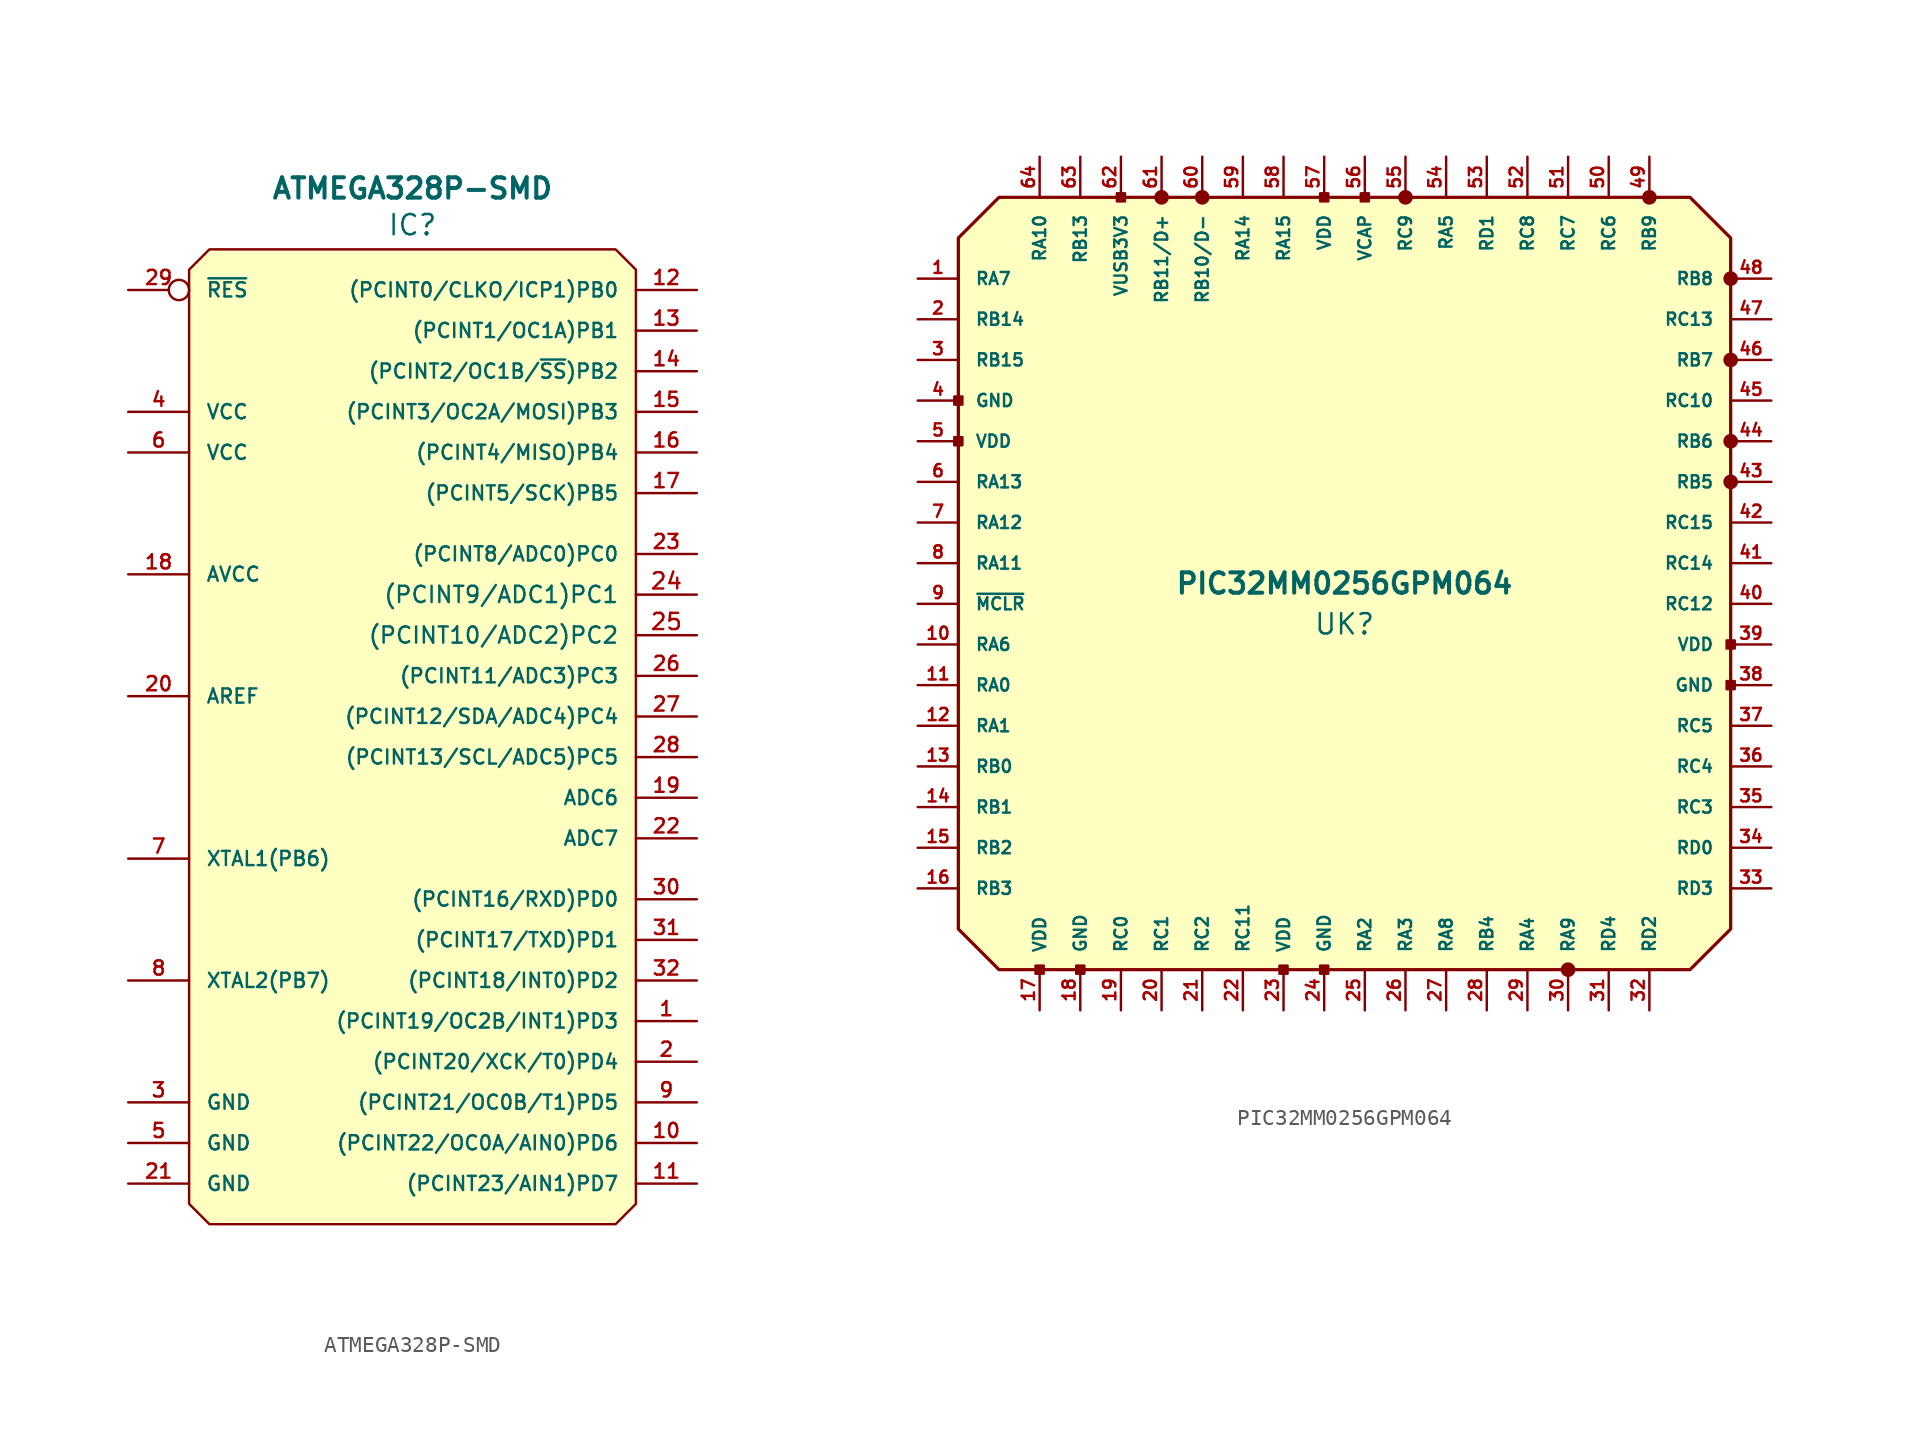
<source format=kicad_sym>
(kicad_symbol_lib
  (version 20231120)
  (generator "kicad_symbol_editor")
  (generator_version "8.0")
  (symbol "ATMEGA328P-SMD"
    (pin_names
      (offset 1.016))
    (property "Reference" "IC"
      (at 0 32.004 0)
      (effects (font (size 1.27 1.27))))
    (property "Value" "ATMEGA328P-SMD"
      (at 0 34.29 0)
      (effects (font (size 1.27 1.27) (bold yes))))
    (symbol "ATMEGA328P-SMD_0_1"
      (polyline (pts (xy -13.97 29.21) (xy -12.7 30.48) (xy 12.7 30.48) (xy 13.97 29.21) (xy 13.97 -29.21) (xy 12.7 -30.48) (xy -12.7 -30.48) (xy -13.97 -29.21) (xy -13.97 29.21)) (stroke (width 0) (type solid)) (fill (type background))))
    (symbol "ATMEGA328P-SMD_1_1"
      (pin bidirectional line (at 17.78 -17.78 180) (length 3.81) (name "(PCINT19/OC2B/INT1)PD3" (effects (font (size 0.889 0.889)))) (number "1" (effects (font (size 0.889 0.889)))))
      (pin bidirectional line (at 17.78 -25.4 180) (length 3.81) (name "(PCINT22/OC0A/AIN0)PD6" (effects (font (size 0.889 0.889)))) (number "10" (effects (font (size 0.889 0.889)))))
      (pin bidirectional line (at 17.78 -27.94 180) (length 3.81) (name "(PCINT23/AIN1)PD7" (effects (font (size 0.889 0.889)))) (number "11" (effects (font (size 0.889 0.889)))))
      (pin bidirectional line (at 17.78 27.94 180) (length 3.81) (name "(PCINT0/CLKO/ICP1)PB0" (effects (font (size 0.889 0.889)))) (number "12" (effects (font (size 0.889 0.889)))))
      (pin bidirectional line (at 17.78 25.4 180) (length 3.81) (name "(PCINT1/OC1A)PB1" (effects (font (size 0.889 0.889)))) (number "13" (effects (font (size 0.889 0.889)))))
      (pin bidirectional line (at 17.78 22.86 180) (length 3.81) (name "(PCINT2/OC1B/~{SS})PB2" (effects (font (size 0.889 0.889)))) (number "14" (effects (font (size 0.889 0.889)))))
      (pin bidirectional line (at 17.78 20.32 180) (length 3.81) (name "(PCINT3/OC2A/MOSI)PB3" (effects (font (size 0.889 0.889)))) (number "15" (effects (font (size 0.889 0.889)))))
      (pin bidirectional line (at 17.78 17.78 180) (length 3.81) (name "(PCINT4/MISO)PB4" (effects (font (size 0.889 0.889)))) (number "16" (effects (font (size 0.889 0.889)))))
      (pin bidirectional line (at 17.78 15.24 180) (length 3.81) (name "(PCINT5/SCK)PB5" (effects (font (size 0.889 0.889)))) (number "17" (effects (font (size 0.889 0.889)))))
      (pin passive line (at -17.78 10.16 0) (length 3.81) (name "AVCC" (effects (font (size 0.889 0.889)))) (number "18" (effects (font (size 0.889 0.889)))))
      (pin bidirectional line (at 17.78 -3.81 180) (length 3.81) (name "ADC6" (effects (font (size 0.889 0.889)))) (number "19" (effects (font (size 0.889 0.889)))))
      (pin bidirectional line (at 17.78 -20.32 180) (length 3.81) (name "(PCINT20/XCK/T0)PD4" (effects (font (size 0.889 0.889)))) (number "2" (effects (font (size 0.889 0.889)))))
      (pin passive line (at -17.78 2.54 0) (length 3.81) (name "AREF" (effects (font (size 0.889 0.889)))) (number "20" (effects (font (size 0.889 0.889)))))
      (pin power_in line (at -17.78 -27.94 0) (length 3.81) (name "GND" (effects (font (size 0.889 0.889)))) (number "21" (effects (font (size 0.889 0.889)))))
      (pin bidirectional line (at 17.78 -6.35 180) (length 3.81) (name "ADC7" (effects (font (size 0.889 0.889)))) (number "22" (effects (font (size 0.889 0.889)))))
      (pin bidirectional line (at 17.78 11.43 180) (length 3.81) (name "(PCINT8/ADC0)PC0" (effects (font (size 0.889 0.889)))) (number "23" (effects (font (size 0.889 0.889)))))
      (pin bidirectional line (at 17.78 8.89 180) (length 3.81) (name "(PCINT9/ADC1)PC1" (effects (font (size 1.016 1.016)))) (number "24" (effects (font (size 1.016 1.016)))))
      (pin bidirectional line (at 17.78 6.35 180) (length 3.81) (name "(PCINT10/ADC2)PC2" (effects (font (size 1.016 1.016)))) (number "25" (effects (font (size 1.016 1.016)))))
      (pin bidirectional line (at 17.78 3.81 180) (length 3.81) (name "(PCINT11/ADC3)PC3" (effects (font (size 0.889 0.889)))) (number "26" (effects (font (size 0.889 0.889)))))
      (pin bidirectional line (at 17.78 1.27 180) (length 3.81) (name "(PCINT12/SDA/ADC4)PC4" (effects (font (size 0.889 0.889)))) (number "27" (effects (font (size 0.889 0.889)))))
      (pin bidirectional line (at 17.78 -1.27 180) (length 3.81) (name "(PCINT13/SCL/ADC5)PC5" (effects (font (size 0.889 0.889)))) (number "28" (effects (font (size 0.889 0.889)))))
      (pin bidirectional inverted (at -17.78 27.94 0) (length 3.81) (name "~{RES}" (effects (font (size 0.889 0.889)))) (number "29" (effects (font (size 0.889 0.889)))))
      (pin power_in line (at -17.78 -22.86 0) (length 3.81) (name "GND" (effects (font (size 0.889 0.889)))) (number "3" (effects (font (size 0.889 0.889)))))
      (pin bidirectional line (at 17.78 -10.16 180) (length 3.81) (name "(PCINT16/RXD)PD0" (effects (font (size 0.889 0.889)))) (number "30" (effects (font (size 0.889 0.889)))))
      (pin bidirectional line (at 17.78 -12.7 180) (length 3.81) (name "(PCINT17/TXD)PD1" (effects (font (size 0.889 0.889)))) (number "31" (effects (font (size 0.889 0.889)))))
      (pin bidirectional line (at 17.78 -15.24 180) (length 3.81) (name "(PCINT18/INT0)PD2" (effects (font (size 0.889 0.889)))) (number "32" (effects (font (size 0.889 0.889)))))
      (pin power_in line (at -17.78 20.32 0) (length 3.81) (name "VCC" (effects (font (size 0.889 0.889)))) (number "4" (effects (font (size 0.889 0.889)))))
      (pin power_in line (at -17.78 -25.4 0) (length 3.81) (name "GND" (effects (font (size 0.889 0.889)))) (number "5" (effects (font (size 0.889 0.889)))))
      (pin power_in line (at -17.78 17.78 0) (length 3.81) (name "VCC" (effects (font (size 0.889 0.889)))) (number "6" (effects (font (size 0.889 0.889)))))
      (pin bidirectional line (at -17.78 -7.62 0) (length 3.81) (name "XTAL1(PB6)" (effects (font (size 0.889 0.889)))) (number "7" (effects (font (size 0.889 0.889)))))
      (pin bidirectional line (at -17.78 -15.24 0) (length 3.81) (name "XTAL2(PB7)" (effects (font (size 0.889 0.889)))) (number "8" (effects (font (size 0.889 0.889)))))
      (pin bidirectional line (at 17.78 -22.86 180) (length 3.81) (name "(PCINT21/OC0B/T1)PD5" (effects (font (size 0.889 0.889)))) (number "9" (effects (font (size 0.889 0.889)))))))
  (symbol "PIC32MM0256GPM064"
    (pin_names
      (offset 1.016))
    (property "Reference" "UK"
      (at 0 -2.54 0)
      (effects (font (size 1.27 1.27))))
    (property "Value" "PIC32MM0256GPM064"
      (at 0 0 0)
      (effects (font (size 1.27 1.27) (bold yes))))
    (symbol "PIC32MM0256GPM064_0_1"
      (circle (center -11.43 24.13) (radius 0.381) (stroke (width 0) (type solid)) (fill (type outline)))
      (circle (center -8.89 24.13) (radius 0.381) (stroke (width 0) (type solid)) (fill (type outline)))
      (polyline (pts (xy -24.384 9.144) (xy -24.384 8.636) (xy -23.876 8.636) (xy -23.876 9.144) (xy -24.384 9.144)) (stroke (width 0) (type solid)) (fill (type outline)))
      (polyline (pts (xy -24.384 11.684) (xy -24.384 11.176) (xy -23.876 11.176) (xy -23.876 11.684) (xy -24.384 11.684)) (stroke (width 0) (type solid)) (fill (type outline)))
      (polyline (pts (xy -19.304 -23.876) (xy -19.304 -24.384) (xy -18.796 -24.384) (xy -18.796 -23.876) (xy -19.304 -23.876)) (stroke (width 0) (type solid)) (fill (type outline)))
      (polyline (pts (xy -16.764 -23.876) (xy -16.764 -24.384) (xy -16.256 -24.384) (xy -16.256 -23.876) (xy -16.764 -23.876)) (stroke (width 0) (type solid)) (fill (type outline)))
      (polyline (pts (xy -14.224 24.384) (xy -14.224 23.876) (xy -13.716 23.876) (xy -13.716 24.384) (xy -14.224 24.384)) (stroke (width 0) (type solid)) (fill (type outline)))
      (polyline (pts (xy -4.064 -23.876) (xy -4.064 -24.384) (xy -3.556 -24.384) (xy -3.556 -23.876) (xy -4.064 -23.876)) (stroke (width 0) (type solid)) (fill (type outline)))
      (polyline (pts (xy -1.524 -23.876) (xy -1.524 -24.384) (xy -1.016 -24.384) (xy -1.016 -23.876) (xy -1.524 -23.876)) (stroke (width 0) (type solid)) (fill (type outline)))
      (polyline (pts (xy -1.524 24.384) (xy -1.524 23.876) (xy -1.016 23.876) (xy -1.016 24.384) (xy -1.524 24.384)) (stroke (width 0) (type solid)) (fill (type outline)))
      (polyline (pts (xy 1.016 24.384) (xy 1.016 23.876) (xy 1.524 23.876) (xy 1.524 24.384) (xy 1.016 24.384)) (stroke (width 0) (type solid)) (fill (type outline)))
      (polyline (pts (xy 23.876 -6.096) (xy 23.876 -6.604) (xy 24.384 -6.604) (xy 24.384 -6.096) (xy 23.876 -6.096)) (stroke (width 0) (type solid)) (fill (type outline)))
      (polyline (pts (xy 23.876 -3.556) (xy 23.876 -4.064) (xy 24.384 -4.064) (xy 24.384 -3.556) (xy 23.876 -3.556)) (stroke (width 0) (type solid)) (fill (type outline)))
      (polyline (pts (xy -24.13 21.59) (xy -21.59 24.13) (xy 21.59 24.13) (xy 24.13 21.59) (xy 24.13 -21.59) (xy 21.59 -24.13) (xy -21.59 -24.13) (xy -24.13 -21.59) (xy -24.13 21.59)) (stroke (width 0.203) (type solid)) (fill (type background)))
      (circle (center 3.81 24.13) (radius 0.381) (stroke (width 0) (type solid)) (fill (type outline)))
      (circle (center 13.97 -24.13) (radius 0.381) (stroke (width 0) (type solid)) (fill (type outline)))
      (circle (center 19.05 24.13) (radius 0.381) (stroke (width 0) (type solid)) (fill (type outline)))
      (circle (center 24.13 6.35) (radius 0.381) (stroke (width 0) (type solid)) (fill (type outline)))
      (circle (center 24.13 8.89) (radius 0.381) (stroke (width 0) (type solid)) (fill (type outline)))
      (circle (center 24.13 13.97) (radius 0.381) (stroke (width 0) (type solid)) (fill (type outline)))
      (circle (center 24.13 19.05) (radius 0.381) (stroke (width 0) (type solid)) (fill (type outline))))
    (symbol "PIC32MM0256GPM064_1_1"
      (pin bidirectional line (at -26.67 19.05 0) (length 2.54) (name "RA7" (effects (font (size 0.762 0.762)))) (number "1" (effects (font (size 0.762 0.762)))))
      (pin bidirectional line (at -26.67 -3.81 0) (length 2.54) (name "RA6" (effects (font (size 0.762 0.762)))) (number "10" (effects (font (size 0.762 0.762)))))
      (pin bidirectional line (at -26.67 -6.35 0) (length 2.54) (name "RA0" (effects (font (size 0.762 0.762)))) (number "11" (effects (font (size 0.762 0.762)))))
      (pin bidirectional line (at -26.67 -8.89 0) (length 2.54) (name "RA1" (effects (font (size 0.762 0.762)))) (number "12" (effects (font (size 0.762 0.762)))))
      (pin bidirectional line (at -26.67 -11.43 0) (length 2.54) (name "RB0" (effects (font (size 0.762 0.762)))) (number "13" (effects (font (size 0.762 0.762)))))
      (pin bidirectional line (at -26.67 -13.97 0) (length 2.54) (name "RB1" (effects (font (size 0.762 0.762)))) (number "14" (effects (font (size 0.762 0.762)))))
      (pin bidirectional line (at -26.67 -16.51 0) (length 2.54) (name "RB2" (effects (font (size 0.762 0.762)))) (number "15" (effects (font (size 0.762 0.762)))))
      (pin bidirectional line (at -26.67 -19.05 0) (length 2.54) (name "RB3" (effects (font (size 0.762 0.762)))) (number "16" (effects (font (size 0.762 0.762)))))
      (pin power_in line (at -19.05 -26.67 90) (length 2.54) (name "VDD" (effects (font (size 0.762 0.762)))) (number "17" (effects (font (size 0.762 0.762)))))
      (pin power_in line (at -16.51 -26.67 90) (length 2.54) (name "GND" (effects (font (size 0.762 0.762)))) (number "18" (effects (font (size 0.762 0.762)))))
      (pin bidirectional line (at -13.97 -26.67 90) (length 2.54) (name "RC0" (effects (font (size 0.762 0.762)))) (number "19" (effects (font (size 0.762 0.762)))))
      (pin bidirectional line (at -26.67 16.51 0) (length 2.54) (name "RB14" (effects (font (size 0.762 0.762)))) (number "2" (effects (font (size 0.762 0.762)))))
      (pin bidirectional line (at -11.43 -26.67 90) (length 2.54) (name "RC1" (effects (font (size 0.762 0.762)))) (number "20" (effects (font (size 0.762 0.762)))))
      (pin bidirectional line (at -8.89 -26.67 90) (length 2.54) (name "RC2" (effects (font (size 0.762 0.762)))) (number "21" (effects (font (size 0.762 0.762)))))
      (pin bidirectional line (at -6.35 -26.67 90) (length 2.54) (name "RC11" (effects (font (size 0.762 0.762)))) (number "22" (effects (font (size 0.762 0.762)))))
      (pin power_in line (at -3.81 -26.67 90) (length 2.54) (name "VDD" (effects (font (size 0.762 0.762)))) (number "23" (effects (font (size 0.762 0.762)))))
      (pin power_in line (at -1.27 -26.67 90) (length 2.54) (name "GND" (effects (font (size 0.762 0.762)))) (number "24" (effects (font (size 0.762 0.762)))))
      (pin bidirectional line (at 1.27 -26.67 90) (length 2.54) (name "RA2" (effects (font (size 0.762 0.762)))) (number "25" (effects (font (size 0.762 0.762)))))
      (pin bidirectional line (at 3.81 -26.67 90) (length 2.54) (name "RA3" (effects (font (size 0.762 0.762)))) (number "26" (effects (font (size 0.762 0.762)))))
      (pin bidirectional line (at 6.35 -26.67 90) (length 2.54) (name "RA8" (effects (font (size 0.762 0.762)))) (number "27" (effects (font (size 0.762 0.762)))))
      (pin bidirectional line (at 8.89 -26.67 90) (length 2.54) (name "RB4" (effects (font (size 0.762 0.762)))) (number "28" (effects (font (size 0.762 0.762)))))
      (pin bidirectional line (at 11.43 -26.67 90) (length 2.54) (name "RA4" (effects (font (size 0.762 0.762)))) (number "29" (effects (font (size 0.762 0.762)))))
      (pin bidirectional line (at -26.67 13.97 0) (length 2.54) (name "RB15" (effects (font (size 0.762 0.762)))) (number "3" (effects (font (size 0.762 0.762)))))
      (pin bidirectional line (at 13.97 -26.67 90) (length 2.54) (name "RA9" (effects (font (size 0.762 0.762)))) (number "30" (effects (font (size 0.762 0.762)))))
      (pin bidirectional line (at 16.51 -26.67 90) (length 2.54) (name "RD4" (effects (font (size 0.762 0.762)))) (number "31" (effects (font (size 0.762 0.762)))))
      (pin bidirectional line (at 19.05 -26.67 90) (length 2.54) (name "RD2" (effects (font (size 0.762 0.762)))) (number "32" (effects (font (size 0.762 0.762)))))
      (pin bidirectional line (at 26.67 -19.05 180) (length 2.54) (name "RD3" (effects (font (size 0.762 0.762)))) (number "33" (effects (font (size 0.762 0.762)))))
      (pin bidirectional line (at 26.67 -16.51 180) (length 2.54) (name "RD0" (effects (font (size 0.762 0.762)))) (number "34" (effects (font (size 0.762 0.762)))))
      (pin bidirectional line (at 26.67 -13.97 180) (length 2.54) (name "RC3" (effects (font (size 0.762 0.762)))) (number "35" (effects (font (size 0.762 0.762)))))
      (pin bidirectional line (at 26.67 -11.43 180) (length 2.54) (name "RC4" (effects (font (size 0.762 0.762)))) (number "36" (effects (font (size 0.762 0.762)))))
      (pin bidirectional line (at 26.67 -8.89 180) (length 2.54) (name "RC5" (effects (font (size 0.762 0.762)))) (number "37" (effects (font (size 0.762 0.762)))))
      (pin power_in line (at 26.67 -6.35 180) (length 2.54) (name "GND" (effects (font (size 0.762 0.762)))) (number "38" (effects (font (size 0.762 0.762)))))
      (pin power_in line (at 26.67 -3.81 180) (length 2.54) (name "VDD" (effects (font (size 0.762 0.762)))) (number "39" (effects (font (size 0.762 0.762)))))
      (pin power_in line (at -26.67 11.43 0) (length 2.54) (name "GND" (effects (font (size 0.762 0.762)))) (number "4" (effects (font (size 0.762 0.762)))))
      (pin bidirectional line (at 26.67 -1.27 180) (length 2.54) (name "RC12" (effects (font (size 0.762 0.762)))) (number "40" (effects (font (size 0.762 0.762)))))
      (pin bidirectional line (at 26.67 1.27 180) (length 2.54) (name "RC14" (effects (font (size 0.762 0.762)))) (number "41" (effects (font (size 0.762 0.762)))))
      (pin bidirectional line (at 26.67 3.81 180) (length 2.54) (name "RC15" (effects (font (size 0.762 0.762)))) (number "42" (effects (font (size 0.762 0.762)))))
      (pin bidirectional line (at 26.67 6.35 180) (length 2.54) (name "RB5" (effects (font (size 0.762 0.762)))) (number "43" (effects (font (size 0.762 0.762)))))
      (pin bidirectional line (at 26.67 8.89 180) (length 2.54) (name "RB6" (effects (font (size 0.762 0.762)))) (number "44" (effects (font (size 0.762 0.762)))))
      (pin bidirectional line (at 26.67 11.43 180) (length 2.54) (name "RC10" (effects (font (size 0.762 0.762)))) (number "45" (effects (font (size 0.762 0.762)))))
      (pin bidirectional line (at 26.67 13.97 180) (length 2.54) (name "RB7" (effects (font (size 0.762 0.762)))) (number "46" (effects (font (size 0.762 0.762)))))
      (pin bidirectional line (at 26.67 16.51 180) (length 2.54) (name "RC13" (effects (font (size 0.762 0.762)))) (number "47" (effects (font (size 0.762 0.762)))))
      (pin bidirectional line (at 26.67 19.05 180) (length 2.54) (name "RB8" (effects (font (size 0.762 0.762)))) (number "48" (effects (font (size 0.762 0.762)))))
      (pin bidirectional line (at 19.05 26.67 270) (length 2.54) (name "RB9" (effects (font (size 0.762 0.762)))) (number "49" (effects (font (size 0.762 0.762)))))
      (pin power_in line (at -26.67 8.89 0) (length 2.54) (name "VDD" (effects (font (size 0.762 0.762)))) (number "5" (effects (font (size 0.762 0.762)))))
      (pin bidirectional line (at 16.51 26.67 270) (length 2.54) (name "RC6" (effects (font (size 0.762 0.762)))) (number "50" (effects (font (size 0.762 0.762)))))
      (pin bidirectional line (at 13.97 26.67 270) (length 2.54) (name "RC7" (effects (font (size 0.762 0.762)))) (number "51" (effects (font (size 0.762 0.762)))))
      (pin bidirectional line (at 11.43 26.67 270) (length 2.54) (name "RC8" (effects (font (size 0.762 0.762)))) (number "52" (effects (font (size 0.762 0.762)))))
      (pin bidirectional line (at 8.89 26.67 270) (length 2.54) (name "RD1" (effects (font (size 0.762 0.762)))) (number "53" (effects (font (size 0.762 0.762)))))
      (pin bidirectional line (at 6.35 26.67 270) (length 2.54) (name "RA5" (effects (font (size 0.762 0.762)))) (number "54" (effects (font (size 0.762 0.762)))))
      (pin bidirectional line (at 3.81 26.67 270) (length 2.54) (name "RC9" (effects (font (size 0.762 0.762)))) (number "55" (effects (font (size 0.762 0.762)))))
      (pin passive line (at 1.27 26.67 270) (length 2.54) (name "VCAP" (effects (font (size 0.762 0.762)))) (number "56" (effects (font (size 0.762 0.762)))))
      (pin power_in line (at -1.27 26.67 270) (length 2.54) (name "VDD" (effects (font (size 0.762 0.762)))) (number "57" (effects (font (size 0.762 0.762)))))
      (pin bidirectional line (at -3.81 26.67 270) (length 2.54) (name "RA15" (effects (font (size 0.762 0.762)))) (number "58" (effects (font (size 0.762 0.762)))))
      (pin bidirectional line (at -6.35 26.67 270) (length 2.54) (name "RA14" (effects (font (size 0.762 0.762)))) (number "59" (effects (font (size 0.762 0.762)))))
      (pin bidirectional line (at -26.67 6.35 0) (length 2.54) (name "RA13" (effects (font (size 0.762 0.762)))) (number "6" (effects (font (size 0.762 0.762)))))
      (pin bidirectional line (at -8.89 26.67 270) (length 2.54) (name "RB10/D-" (effects (font (size 0.762 0.762)))) (number "60" (effects (font (size 0.762 0.762)))))
      (pin bidirectional line (at -11.43 26.67 270) (length 2.54) (name "RB11/D+" (effects (font (size 0.762 0.762)))) (number "61" (effects (font (size 0.762 0.762)))))
      (pin power_in line (at -13.97 26.67 270) (length 2.54) (name "VUSB3V3" (effects (font (size 0.762 0.762)))) (number "62" (effects (font (size 0.762 0.762)))))
      (pin bidirectional line (at -16.51 26.67 270) (length 2.54) (name "RB13" (effects (font (size 0.762 0.762)))) (number "63" (effects (font (size 0.762 0.762)))))
      (pin bidirectional line (at -19.05 26.67 270) (length 2.54) (name "RA10" (effects (font (size 0.762 0.762)))) (number "64" (effects (font (size 0.762 0.762)))))
      (pin bidirectional line (at -26.67 3.81 0) (length 2.54) (name "RA12" (effects (font (size 0.762 0.762)))) (number "7" (effects (font (size 0.762 0.762)))))
      (pin bidirectional line (at -26.67 1.27 0) (length 2.54) (name "RA11" (effects (font (size 0.762 0.762)))) (number "8" (effects (font (size 0.762 0.762)))))
      (pin bidirectional line (at -26.67 -1.27 0) (length 2.54) (name "~{MCLR}" (effects (font (size 0.762 0.762)))) (number "9" (effects (font (size 0.762 0.762))))))))
</source>
